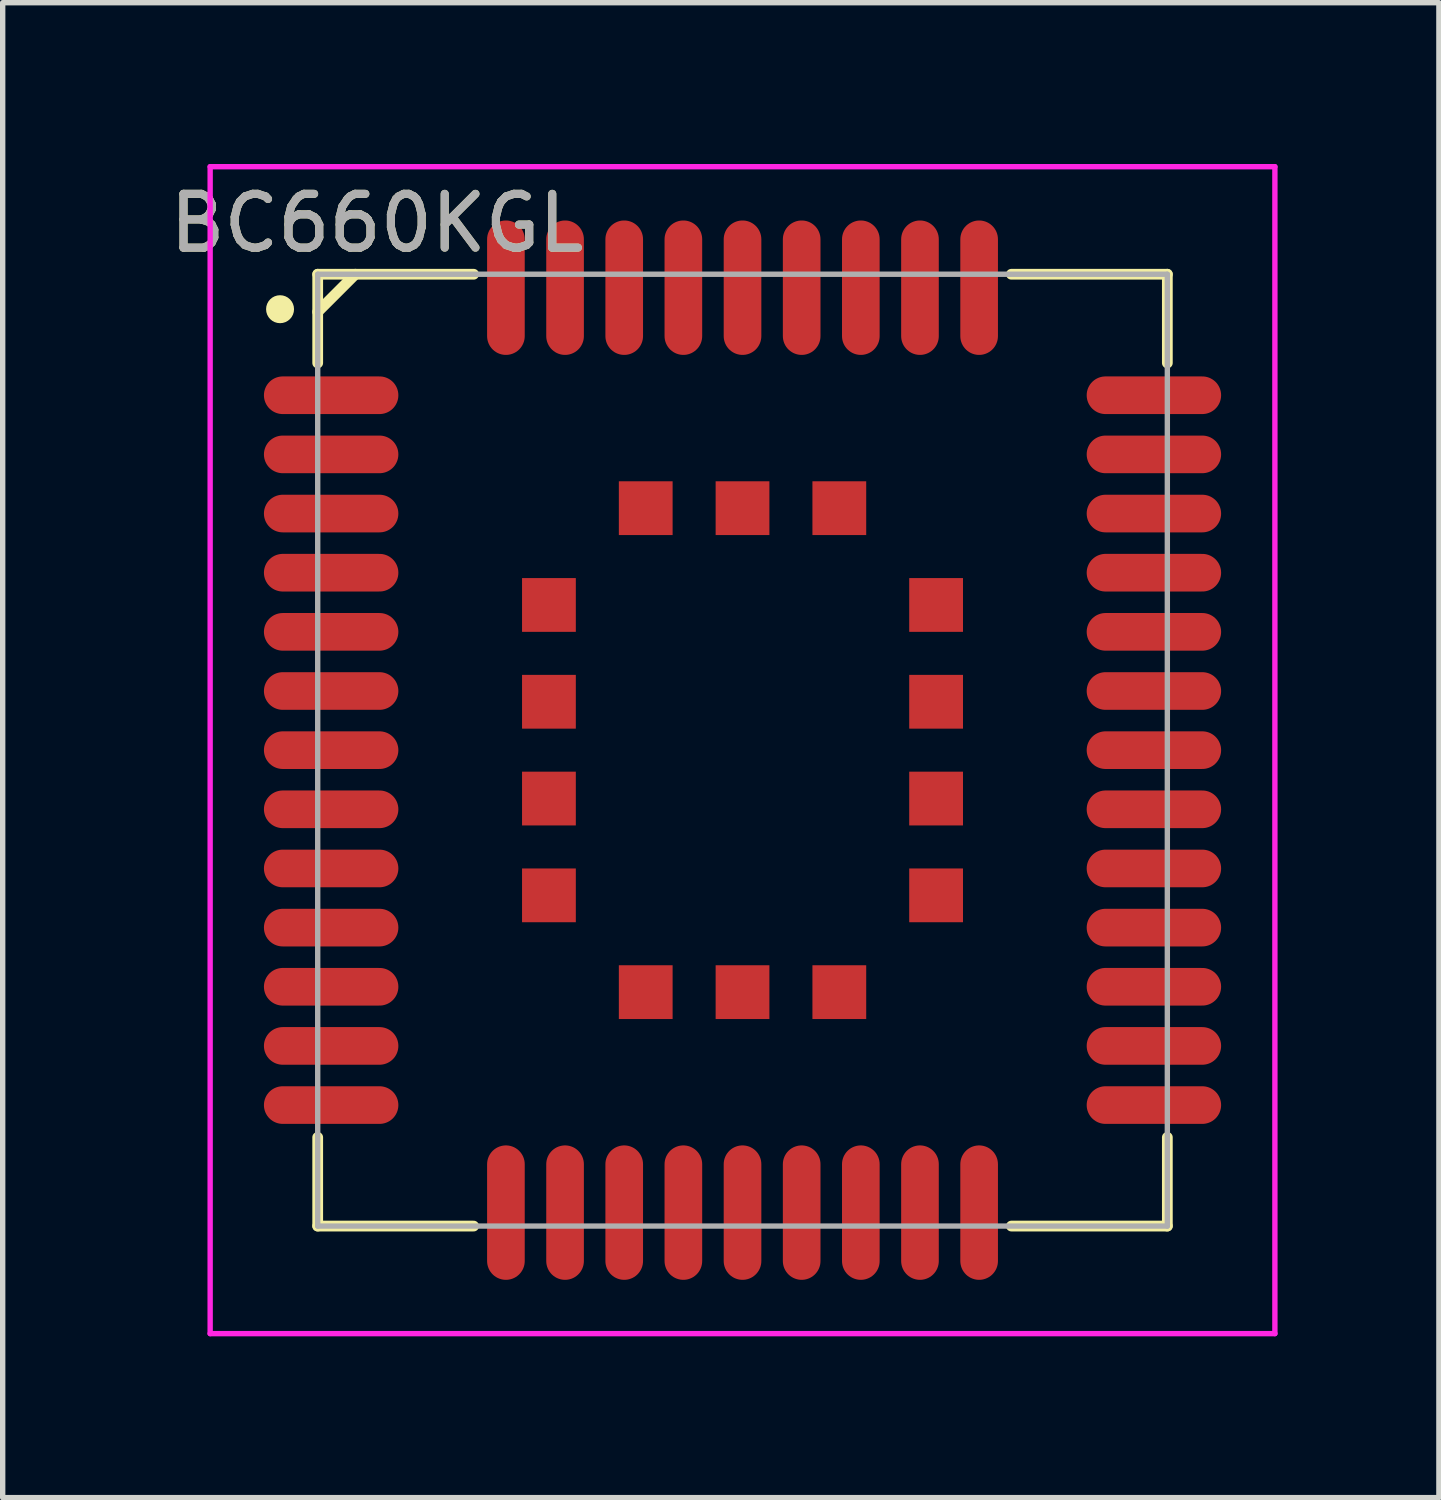
<source format=kicad_pcb>
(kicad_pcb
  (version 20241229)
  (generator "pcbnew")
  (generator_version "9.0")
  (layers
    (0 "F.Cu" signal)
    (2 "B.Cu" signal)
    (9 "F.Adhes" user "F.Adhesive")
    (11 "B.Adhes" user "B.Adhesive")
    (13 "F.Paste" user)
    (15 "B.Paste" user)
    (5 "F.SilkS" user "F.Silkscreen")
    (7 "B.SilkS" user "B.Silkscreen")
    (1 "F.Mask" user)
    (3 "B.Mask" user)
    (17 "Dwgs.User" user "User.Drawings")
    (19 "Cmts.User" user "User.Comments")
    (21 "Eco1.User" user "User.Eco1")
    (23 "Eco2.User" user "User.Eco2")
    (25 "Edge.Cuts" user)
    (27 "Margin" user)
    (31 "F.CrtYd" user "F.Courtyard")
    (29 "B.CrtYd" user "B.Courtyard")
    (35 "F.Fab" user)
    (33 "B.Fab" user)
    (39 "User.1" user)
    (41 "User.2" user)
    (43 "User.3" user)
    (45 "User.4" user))
  (footprint "BC660KGL"
    (layer "F.Cu")
    (at 10.758 10.9)
    (property "Reference" "BC660KGL" (at -6.8 -9.8 0) (layer "F.SilkS") (effects (font (size 1 1) (thickness 0.15))))
    (attr smd)
    (fp_line (start -7.9 -8.85) (end -5 -8.85) (stroke (width 0.2) (type solid)) (layer "F.SilkS"))
    (fp_line (start -7.9 -7.2) (end -7.9 -8.85) (stroke (width 0.2) (type solid)) (layer "F.SilkS"))
    (fp_line (start -7.9 7.2) (end -7.9 8.85) (stroke (width 0.2) (type solid)) (layer "F.SilkS"))
    (fp_line (start -7.9 8.85) (end -5 8.85) (stroke (width 0.2) (type solid)) (layer "F.SilkS"))
    (fp_line (start -7.2 -8.85) (end -7.9 -8.15) (stroke (width 0.2) (type solid)) (layer "F.SilkS"))
    (fp_line (start 5 -8.85) (end 7.9 -8.85) (stroke (width 0.2) (type solid)) (layer "F.SilkS"))
    (fp_line (start 5 8.85) (end 7.9 8.85) (stroke (width 0.2) (type solid)) (layer "F.SilkS"))
    (fp_line (start 7.9 -8.85) (end 7.9 -7.2) (stroke (width 0.2) (type solid)) (layer "F.SilkS"))
    (fp_line (start 7.9 8.85) (end 7.9 7.2) (stroke (width 0.2) (type solid)) (layer "F.SilkS"))
    (fp_circle (center -8.6 -8.2) (end -8.4 -8.2) (stroke (width 0.12) (type solid)) (fill yes) (layer "F.SilkS"))
    (fp_line (start -9.9 -10.85) (end 9.9 -10.85) (stroke (width 0.1) (type solid)) (layer "F.CrtYd"))
    (fp_line (start -9.9 10.85) (end -9.9 -10.85) (stroke (width 0.1) (type solid)) (layer "F.CrtYd"))
    (fp_line (start 9.9 -10.85) (end 9.9 10.85) (stroke (width 0.1) (type solid)) (layer "F.CrtYd"))
    (fp_line (start 9.9 10.85) (end -9.9 10.85) (stroke (width 0.1) (type solid)) (layer "F.CrtYd"))
    (fp_line (start -7.9 -8.85) (end 7.9 -8.85) (stroke (width 0.1) (type solid)) (layer "F.Fab"))
    (fp_line (start -7.9 8.85) (end -7.9 -8.85) (stroke (width 0.1) (type solid)) (layer "F.Fab"))
    (fp_line (start 7.9 -8.85) (end 7.9 8.85) (stroke (width 0.1) (type solid)) (layer "F.Fab"))
    (fp_line (start 7.9 8.85) (end -7.9 8.85) (stroke (width 0.1) (type solid)) (layer "F.Fab"))
    (fp_text user "${REFERENCE}" (at -6.8 -9.8 0) (layer "F.Fab") (effects (font (size 1 1) (thickness 0.15))))
    (pad "1" smd oval (at -7.65 -6.6 90) (size 0.7 2.5) (layers "F.Cu" "F.Mask" "F.Paste"))
    (pad "2" smd oval (at -7.65 -5.5 90) (size 0.7 2.5) (layers "F.Cu" "F.Mask" "F.Paste"))
    (pad "3" smd oval (at -7.65 -4.4 90) (size 0.7 2.5) (layers "F.Cu" "F.Mask" "F.Paste"))
    (pad "4" smd oval (at -7.65 -3.3 90) (size 0.7 2.5) (layers "F.Cu" "F.Mask" "F.Paste"))
    (pad "5" smd oval (at -7.65 -2.2 90) (size 0.7 2.5) (layers "F.Cu" "F.Mask" "F.Paste"))
    (pad "6" smd oval (at -7.65 -1.1 90) (size 0.7 2.5) (layers "F.Cu" "F.Mask" "F.Paste"))
    (pad "7" smd oval (at -7.65 0 90) (size 0.7 2.5) (layers "F.Cu" "F.Mask" "F.Paste"))
    (pad "8" smd oval (at -7.65 1.1 90) (size 0.7 2.5) (layers "F.Cu" "F.Mask" "F.Paste"))
    (pad "9" smd oval (at -7.65 2.2 90) (size 0.7 2.5) (layers "F.Cu" "F.Mask" "F.Paste"))
    (pad "10" smd oval (at -7.65 3.3 90) (size 0.7 2.5) (layers "F.Cu" "F.Mask" "F.Paste"))
    (pad "11" smd oval (at -7.65 4.4 90) (size 0.7 2.5) (layers "F.Cu" "F.Mask" "F.Paste"))
    (pad "12" smd oval (at -7.65 5.5 90) (size 0.7 2.5) (layers "F.Cu" "F.Mask" "F.Paste"))
    (pad "13" smd oval (at -7.65 6.6 90) (size 0.7 2.5) (layers "F.Cu" "F.Mask" "F.Paste"))
    (pad "14" smd oval (at -4.4 8.6) (size 0.7 2.5) (layers "F.Cu" "F.Mask" "F.Paste"))
    (pad "15" smd oval (at -3.3 8.6) (size 0.7 2.5) (layers "F.Cu" "F.Mask" "F.Paste"))
    (pad "16" smd oval (at -2.2 8.6) (size 0.7 2.5) (layers "F.Cu" "F.Mask" "F.Paste"))
    (pad "17" smd oval (at -1.1 8.6) (size 0.7 2.5) (layers "F.Cu" "F.Mask" "F.Paste"))
    (pad "18" smd oval (at 0 8.6) (size 0.7 2.5) (layers "F.Cu" "F.Mask" "F.Paste"))
    (pad "19" smd oval (at 1.1 8.6) (size 0.7 2.5) (layers "F.Cu" "F.Mask" "F.Paste"))
    (pad "20" smd oval (at 2.2 8.6) (size 0.7 2.5) (layers "F.Cu" "F.Mask" "F.Paste"))
    (pad "21" smd oval (at 3.3 8.6) (size 0.7 2.5) (layers "F.Cu" "F.Mask" "F.Paste"))
    (pad "22" smd oval (at 4.4 8.6) (size 0.7 2.5) (layers "F.Cu" "F.Mask" "F.Paste"))
    (pad "23" smd oval (at 7.65 6.6 90) (size 0.7 2.5) (layers "F.Cu" "F.Mask" "F.Paste"))
    (pad "24" smd oval (at 7.65 5.5 90) (size 0.7 2.5) (layers "F.Cu" "F.Mask" "F.Paste"))
    (pad "25" smd oval (at 7.65 4.4 90) (size 0.7 2.5) (layers "F.Cu" "F.Mask" "F.Paste"))
    (pad "26" smd oval (at 7.65 3.3 90) (size 0.7 2.5) (layers "F.Cu" "F.Mask" "F.Paste"))
    (pad "27" smd oval (at 7.65 2.2 90) (size 0.7 2.5) (layers "F.Cu" "F.Mask" "F.Paste"))
    (pad "28" smd oval (at 7.65 1.1 90) (size 0.7 2.5) (layers "F.Cu" "F.Mask" "F.Paste"))
    (pad "29" smd oval (at 7.65 0 90) (size 0.7 2.5) (layers "F.Cu" "F.Mask" "F.Paste"))
    (pad "30" smd oval (at 7.65 -1.1 90) (size 0.7 2.5) (layers "F.Cu" "F.Mask" "F.Paste"))
    (pad "31" smd oval (at 7.65 -2.2 90) (size 0.7 2.5) (layers "F.Cu" "F.Mask" "F.Paste"))
    (pad "32" smd oval (at 7.65 -3.3 90) (size 0.7 2.5) (layers "F.Cu" "F.Mask" "F.Paste"))
    (pad "33" smd oval (at 7.65 -4.4 90) (size 0.7 2.5) (layers "F.Cu" "F.Mask" "F.Paste"))
    (pad "34" smd oval (at 7.65 -5.5 90) (size 0.7 2.5) (layers "F.Cu" "F.Mask" "F.Paste"))
    (pad "35" smd oval (at 7.65 -6.6 90) (size 0.7 2.5) (layers "F.Cu" "F.Mask" "F.Paste"))
    (pad "36" smd oval (at 4.4 -8.6) (size 0.7 2.5) (layers "F.Cu" "F.Mask" "F.Paste"))
    (pad "37" smd oval (at 3.3 -8.6) (size 0.7 2.5) (layers "F.Cu" "F.Mask" "F.Paste"))
    (pad "38" smd oval (at 2.2 -8.6) (size 0.7 2.5) (layers "F.Cu" "F.Mask" "F.Paste"))
    (pad "39" smd oval (at 1.1 -8.6) (size 0.7 2.5) (layers "F.Cu" "F.Mask" "F.Paste"))
    (pad "40" smd oval (at 0 -8.6) (size 0.7 2.5) (layers "F.Cu" "F.Mask" "F.Paste"))
    (pad "41" smd oval (at -1.1 -8.6) (size 0.7 2.5) (layers "F.Cu" "F.Mask" "F.Paste"))
    (pad "42" smd oval (at -2.2 -8.6) (size 0.7 2.5) (layers "F.Cu" "F.Mask" "F.Paste"))
    (pad "43" smd oval (at -3.3 -8.6) (size 0.7 2.5) (layers "F.Cu" "F.Mask" "F.Paste"))
    (pad "44" smd oval (at -4.4 -8.6) (size 0.7 2.5) (layers "F.Cu" "F.Mask" "F.Paste"))
    (pad "45" smd rect (at -3.6 -2.7) (size 1 1) (layers "F.Cu" "F.Mask" "F.Paste"))
    (pad "46" smd rect (at -3.6 -0.9) (size 1 1) (layers "F.Cu" "F.Mask" "F.Paste"))
    (pad "47" smd rect (at -3.6 0.9) (size 1 1) (layers "F.Cu" "F.Mask" "F.Paste"))
    (pad "48" smd rect (at -3.6 2.7) (size 1 1) (layers "F.Cu" "F.Mask" "F.Paste"))
    (pad "49" smd rect (at -1.8 4.5) (size 1 1) (layers "F.Cu" "F.Mask" "F.Paste"))
    (pad "50" smd rect (at 0 4.5) (size 1 1) (layers "F.Cu" "F.Mask" "F.Paste"))
    (pad "51" smd rect (at 1.8 4.5) (size 1 1) (layers "F.Cu" "F.Mask" "F.Paste"))
    (pad "52" smd rect (at 3.6 2.7) (size 1 1) (layers "F.Cu" "F.Mask" "F.Paste"))
    (pad "53" smd rect (at 3.6 0.9) (size 1 1) (layers "F.Cu" "F.Mask" "F.Paste"))
    (pad "54" smd rect (at 3.6 -0.9) (size 1 1) (layers "F.Cu" "F.Mask" "F.Paste"))
    (pad "55" smd rect (at 3.6 -2.7) (size 1 1) (layers "F.Cu" "F.Mask" "F.Paste"))
    (pad "56" smd rect (at 1.8 -4.5) (size 1 1) (layers "F.Cu" "F.Mask" "F.Paste"))
    (pad "57" smd rect (at 0 -4.5) (size 1 1) (layers "F.Cu" "F.Mask" "F.Paste"))
    (pad "58" smd rect (at -1.8 -4.5) (size 1 1) (layers "F.Cu" "F.Mask" "F.Paste")))
  (gr_rect
    (start -3 -3)
    (end 23.708 24.8)
    (stroke (width 0.1) (type default))
    (fill no)
    (layer "Edge.Cuts")))
</source>
